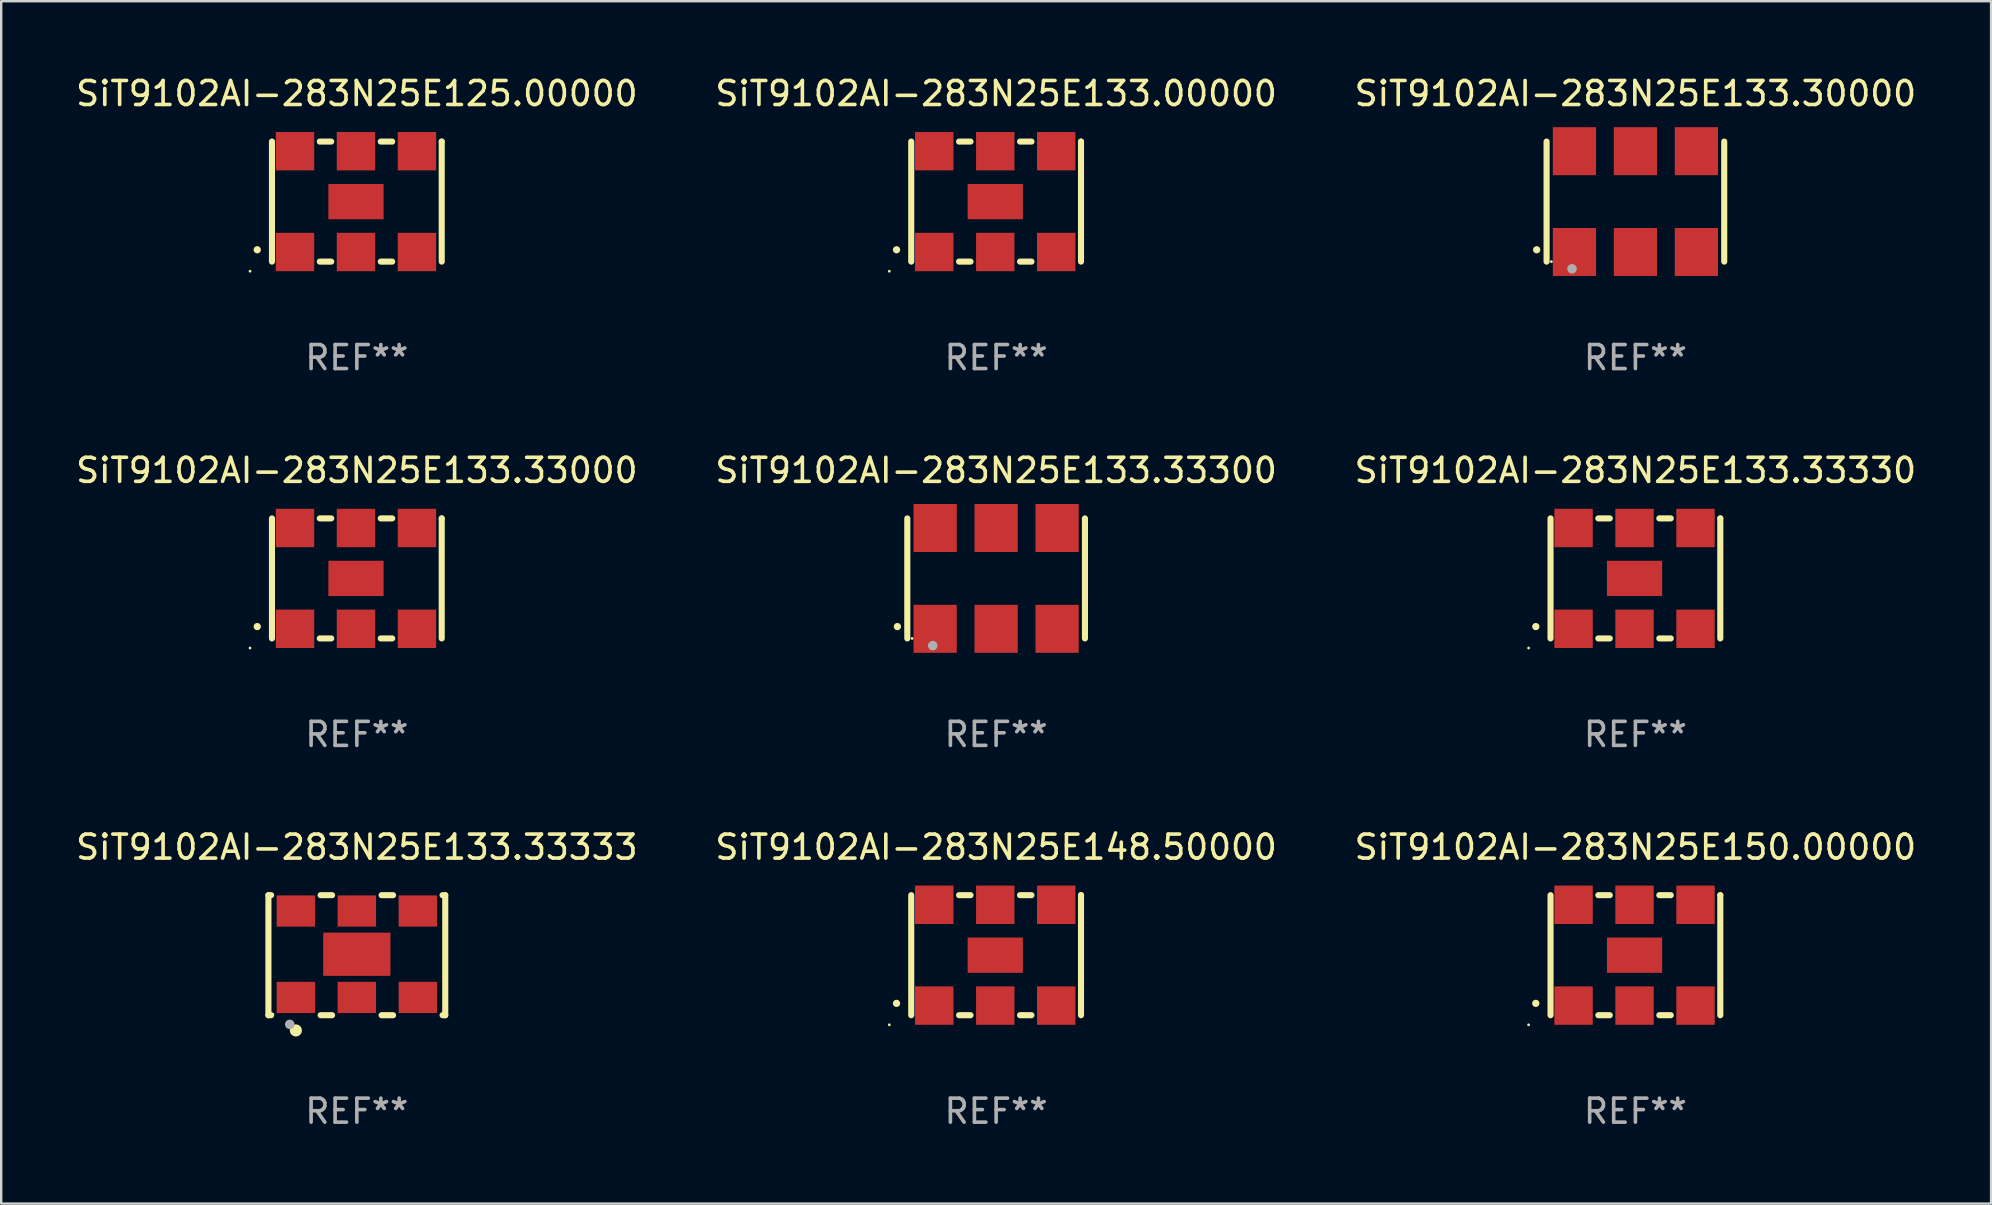
<source format=kicad_pcb>
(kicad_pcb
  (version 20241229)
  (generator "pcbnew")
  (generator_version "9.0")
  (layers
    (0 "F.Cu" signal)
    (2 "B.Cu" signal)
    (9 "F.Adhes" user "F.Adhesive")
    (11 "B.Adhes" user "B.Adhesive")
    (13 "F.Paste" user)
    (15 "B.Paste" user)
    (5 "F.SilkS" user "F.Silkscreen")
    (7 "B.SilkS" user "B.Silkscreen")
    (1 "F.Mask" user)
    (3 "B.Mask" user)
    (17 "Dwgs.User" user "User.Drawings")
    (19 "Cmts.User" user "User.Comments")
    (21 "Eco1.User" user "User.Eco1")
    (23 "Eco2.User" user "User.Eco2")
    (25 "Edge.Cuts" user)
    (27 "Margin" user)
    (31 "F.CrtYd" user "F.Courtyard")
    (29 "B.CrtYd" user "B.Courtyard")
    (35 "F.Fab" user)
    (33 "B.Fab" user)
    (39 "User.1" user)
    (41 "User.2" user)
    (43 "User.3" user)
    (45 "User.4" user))
  (footprint "SiT9102AI-283N25E148.50000"
    (layer "F.Cu")
    (at 38.446 36.741)
    (property "Reference" "SiT9102AI-283N25E148.50000" (at 0 -4.5 0) (layer "F.SilkS") (effects (font (size 1 1) (thickness 0.15))))
    (attr through_hole)
    (fp_line (start -3.536 -2.5) (end -3.536 2.5) (stroke (width 0.254) (type solid)) (layer "F.SilkS"))
    (fp_line (start -1.544 2.5) (end -1.067 2.5) (stroke (width 0.254) (type solid)) (layer "F.SilkS"))
    (fp_line (start -1.067 -2.5) (end -1.544 -2.5) (stroke (width 0.254) (type solid)) (layer "F.SilkS"))
    (fp_line (start 0.996 2.5) (end 1.473 2.5) (stroke (width 0.254) (type solid)) (layer "F.SilkS"))
    (fp_line (start 1.473 -2.5) (end 0.996 -2.5) (stroke (width 0.254) (type solid)) (layer "F.SilkS"))
    (fp_line (start 3.536 -2.5) (end 3.536 -2.5) (stroke (width 0.254) (type solid)) (layer "F.SilkS"))
    (fp_line (start 3.536 2.5) (end 3.536 -2.5) (stroke (width 0.254) (type solid)) (layer "F.SilkS"))
    (fp_arc (start -4.150432 2.006604) (mid -4.149162 2.006599) (end -4.147892 2.006604) (stroke (width 0.3) (type solid)) (layer "F.SilkS"))
    (fp_circle (center -4.449 2.9) (end -4.419 2.9) (stroke (width 0.06) (type solid)) (fill no) (layer "F.SilkS"))
    (fp_text user "REF**" (at 0 6.5 0) (layer "F.Fab") (effects (font (size 1 1) (thickness 0.15))))
    (pad "1" smd rect (at -2.576 2.1) (size 1.6 1.6) (layers "F.Cu" "F.Mask" "F.Paste"))
    (pad "2" smd rect (at -0.036 2.1) (size 1.6 1.6) (layers "F.Cu" "F.Mask" "F.Paste"))
    (pad "3" smd rect (at 2.504 2.1) (size 1.6 1.6) (layers "F.Cu" "F.Mask" "F.Paste"))
    (pad "4" smd rect (at 2.504 -2.1) (size 1.6 1.6) (layers "F.Cu" "F.Mask" "F.Paste"))
    (pad "5" smd rect (at -0.036 -2.1) (size 1.6 1.6) (layers "F.Cu" "F.Mask" "F.Paste"))
    (pad "6" smd rect (at -2.576 -2.1) (size 1.6 1.6) (layers "F.Cu" "F.Mask" "F.Paste"))
    (pad "7" smd rect (at -0.036 0) (size 2.3 1.47) (layers "F.Cu" "F.Mask" "F.Paste")))
  (footprint "SiT9102AI-283N25E133.33000"
    (layer "F.Cu")
    (at 11.815 21.045)
    (property "Reference" "SiT9102AI-283N25E133.33000" (at 0 -4.5 0) (layer "F.SilkS") (effects (font (size 1 1) (thickness 0.15))))
    (attr through_hole)
    (fp_line (start -3.536 -2.5) (end -3.536 2.5) (stroke (width 0.254) (type solid)) (layer "F.SilkS"))
    (fp_line (start -1.544 2.5) (end -1.067 2.5) (stroke (width 0.254) (type solid)) (layer "F.SilkS"))
    (fp_line (start -1.067 -2.5) (end -1.544 -2.5) (stroke (width 0.254) (type solid)) (layer "F.SilkS"))
    (fp_line (start 0.996 2.5) (end 1.473 2.5) (stroke (width 0.254) (type solid)) (layer "F.SilkS"))
    (fp_line (start 1.473 -2.5) (end 0.996 -2.5) (stroke (width 0.254) (type solid)) (layer "F.SilkS"))
    (fp_line (start 3.536 -2.5) (end 3.536 -2.5) (stroke (width 0.254) (type solid)) (layer "F.SilkS"))
    (fp_line (start 3.536 2.5) (end 3.536 -2.5) (stroke (width 0.254) (type solid)) (layer "F.SilkS"))
    (fp_arc (start -4.150432 2.006604) (mid -4.149162 2.006599) (end -4.147892 2.006604) (stroke (width 0.3) (type solid)) (layer "F.SilkS"))
    (fp_circle (center -4.449 2.9) (end -4.419 2.9) (stroke (width 0.06) (type solid)) (fill no) (layer "F.SilkS"))
    (fp_text user "REF**" (at 0 6.5 0) (layer "F.Fab") (effects (font (size 1 1) (thickness 0.15))))
    (pad "1" smd rect (at -2.576 2.1) (size 1.6 1.6) (layers "F.Cu" "F.Mask" "F.Paste"))
    (pad "2" smd rect (at -0.036 2.1) (size 1.6 1.6) (layers "F.Cu" "F.Mask" "F.Paste"))
    (pad "3" smd rect (at 2.504 2.1) (size 1.6 1.6) (layers "F.Cu" "F.Mask" "F.Paste"))
    (pad "4" smd rect (at 2.504 -2.1) (size 1.6 1.6) (layers "F.Cu" "F.Mask" "F.Paste"))
    (pad "5" smd rect (at -0.036 -2.1) (size 1.6 1.6) (layers "F.Cu" "F.Mask" "F.Paste"))
    (pad "6" smd rect (at -2.576 -2.1) (size 1.6 1.6) (layers "F.Cu" "F.Mask" "F.Paste"))
    (pad "7" smd rect (at -0.036 0) (size 2.3 1.47) (layers "F.Cu" "F.Mask" "F.Paste")))
  (footprint "SiT9102AI-283N25E133.30000"
    (layer "F.Cu")
    (at 65.077 5.348)
    (property "Reference" "SiT9102AI-283N25E133.30000" (at 0 -4.5 0) (layer "F.SilkS") (effects (font (size 1 1) (thickness 0.15))))
    (attr through_hole)
    (fp_line (start -3.7 -2.5) (end -3.7 2.5) (stroke (width 0.254) (type solid)) (layer "F.SilkS"))
    (fp_line (start 3.7 -2.5) (end 3.7 2.5) (stroke (width 0.254) (type solid)) (layer "F.SilkS"))
    (fp_arc (start -4.114415 2.006604) (mid -4.113145 2.006599) (end -4.111875 2.006604) (stroke (width 0.3) (type solid)) (layer "F.SilkS"))
    (fp_circle (center -3.5 2.501) (end -3.47 2.501) (stroke (width 0.06) (type solid)) (fill no) (layer "F.SilkS"))
    (fp_circle (center -2.641 2.799) (end -2.541 2.799) (stroke (width 0.2) (type solid)) (fill no) (layer "F.Fab"))
    (fp_text user "REF**" (at 0 6.5 0) (layer "F.Fab") (effects (font (size 1 1) (thickness 0.15))))
    (pad "1" smd rect (at -2.54 2.1) (size 1.8 2) (layers "F.Cu" "F.Mask" "F.Paste"))
    (pad "2" smd rect (at 0.000394 2.1) (size 1.8 2) (layers "F.Cu" "F.Mask" "F.Paste"))
    (pad "3" smd rect (at 2.54 2.1) (size 1.8 2) (layers "F.Cu" "F.Mask" "F.Paste"))
    (pad "4" smd rect (at 2.54 -2.1) (size 1.8 2) (layers "F.Cu" "F.Mask" "F.Paste"))
    (pad "5" smd rect (at 0.000394 -2.1) (size 1.8 2) (layers "F.Cu" "F.Mask" "F.Paste"))
    (pad "6" smd rect (at -2.54 -2.1) (size 1.8 2) (layers "F.Cu" "F.Mask" "F.Paste")))
  (footprint "SiT9102AI-283N25E125.00000"
    (layer "F.Cu")
    (at 11.815 5.348)
    (property "Reference" "SiT9102AI-283N25E125.00000" (at 0 -4.5 0) (layer "F.SilkS") (effects (font (size 1 1) (thickness 0.15))))
    (attr through_hole)
    (fp_line (start -3.536 -2.5) (end -3.536 2.5) (stroke (width 0.254) (type solid)) (layer "F.SilkS"))
    (fp_line (start -1.544 2.5) (end -1.067 2.5) (stroke (width 0.254) (type solid)) (layer "F.SilkS"))
    (fp_line (start -1.067 -2.5) (end -1.544 -2.5) (stroke (width 0.254) (type solid)) (layer "F.SilkS"))
    (fp_line (start 0.996 2.5) (end 1.473 2.5) (stroke (width 0.254) (type solid)) (layer "F.SilkS"))
    (fp_line (start 1.473 -2.5) (end 0.996 -2.5) (stroke (width 0.254) (type solid)) (layer "F.SilkS"))
    (fp_line (start 3.536 -2.5) (end 3.536 -2.5) (stroke (width 0.254) (type solid)) (layer "F.SilkS"))
    (fp_line (start 3.536 2.5) (end 3.536 -2.5) (stroke (width 0.254) (type solid)) (layer "F.SilkS"))
    (fp_arc (start -4.150432 2.006604) (mid -4.149162 2.006599) (end -4.147892 2.006604) (stroke (width 0.3) (type solid)) (layer "F.SilkS"))
    (fp_circle (center -4.449 2.9) (end -4.419 2.9) (stroke (width 0.06) (type solid)) (fill no) (layer "F.SilkS"))
    (fp_text user "REF**" (at 0 6.5 0) (layer "F.Fab") (effects (font (size 1 1) (thickness 0.15))))
    (pad "1" smd rect (at -2.576 2.1) (size 1.6 1.6) (layers "F.Cu" "F.Mask" "F.Paste"))
    (pad "2" smd rect (at -0.036 2.1) (size 1.6 1.6) (layers "F.Cu" "F.Mask" "F.Paste"))
    (pad "3" smd rect (at 2.504 2.1) (size 1.6 1.6) (layers "F.Cu" "F.Mask" "F.Paste"))
    (pad "4" smd rect (at 2.504 -2.1) (size 1.6 1.6) (layers "F.Cu" "F.Mask" "F.Paste"))
    (pad "5" smd rect (at -0.036 -2.1) (size 1.6 1.6) (layers "F.Cu" "F.Mask" "F.Paste"))
    (pad "6" smd rect (at -2.576 -2.1) (size 1.6 1.6) (layers "F.Cu" "F.Mask" "F.Paste"))
    (pad "7" smd rect (at -0.036 0) (size 2.3 1.47) (layers "F.Cu" "F.Mask" "F.Paste")))
  (footprint "SiT9102AI-283N25E133.00000"
    (layer "F.Cu")
    (at 38.446 5.348)
    (property "Reference" "SiT9102AI-283N25E133.00000" (at 0 -4.5 0) (layer "F.SilkS") (effects (font (size 1 1) (thickness 0.15))))
    (attr through_hole)
    (fp_line (start -3.536 -2.5) (end -3.536 2.5) (stroke (width 0.254) (type solid)) (layer "F.SilkS"))
    (fp_line (start -1.544 2.5) (end -1.067 2.5) (stroke (width 0.254) (type solid)) (layer "F.SilkS"))
    (fp_line (start -1.067 -2.5) (end -1.544 -2.5) (stroke (width 0.254) (type solid)) (layer "F.SilkS"))
    (fp_line (start 0.996 2.5) (end 1.473 2.5) (stroke (width 0.254) (type solid)) (layer "F.SilkS"))
    (fp_line (start 1.473 -2.5) (end 0.996 -2.5) (stroke (width 0.254) (type solid)) (layer "F.SilkS"))
    (fp_line (start 3.536 -2.5) (end 3.536 -2.5) (stroke (width 0.254) (type solid)) (layer "F.SilkS"))
    (fp_line (start 3.536 2.5) (end 3.536 -2.5) (stroke (width 0.254) (type solid)) (layer "F.SilkS"))
    (fp_arc (start -4.150432 2.006604) (mid -4.149162 2.006599) (end -4.147892 2.006604) (stroke (width 0.3) (type solid)) (layer "F.SilkS"))
    (fp_circle (center -4.449 2.9) (end -4.419 2.9) (stroke (width 0.06) (type solid)) (fill no) (layer "F.SilkS"))
    (fp_text user "REF**" (at 0 6.5 0) (layer "F.Fab") (effects (font (size 1 1) (thickness 0.15))))
    (pad "1" smd rect (at -2.576 2.1) (size 1.6 1.6) (layers "F.Cu" "F.Mask" "F.Paste"))
    (pad "2" smd rect (at -0.036 2.1) (size 1.6 1.6) (layers "F.Cu" "F.Mask" "F.Paste"))
    (pad "3" smd rect (at 2.504 2.1) (size 1.6 1.6) (layers "F.Cu" "F.Mask" "F.Paste"))
    (pad "4" smd rect (at 2.504 -2.1) (size 1.6 1.6) (layers "F.Cu" "F.Mask" "F.Paste"))
    (pad "5" smd rect (at -0.036 -2.1) (size 1.6 1.6) (layers "F.Cu" "F.Mask" "F.Paste"))
    (pad "6" smd rect (at -2.576 -2.1) (size 1.6 1.6) (layers "F.Cu" "F.Mask" "F.Paste"))
    (pad "7" smd rect (at -0.036 0) (size 2.3 1.47) (layers "F.Cu" "F.Mask" "F.Paste")))
  (footprint "SiT9102AI-283N25E150.00000"
    (layer "F.Cu")
    (at 65.077 36.741)
    (property "Reference" "SiT9102AI-283N25E150.00000" (at 0 -4.5 0) (layer "F.SilkS") (effects (font (size 1 1) (thickness 0.15))))
    (attr through_hole)
    (fp_line (start -3.536 -2.5) (end -3.536 2.5) (stroke (width 0.254) (type solid)) (layer "F.SilkS"))
    (fp_line (start -1.544 2.5) (end -1.067 2.5) (stroke (width 0.254) (type solid)) (layer "F.SilkS"))
    (fp_line (start -1.067 -2.5) (end -1.544 -2.5) (stroke (width 0.254) (type solid)) (layer "F.SilkS"))
    (fp_line (start 0.996 2.5) (end 1.473 2.5) (stroke (width 0.254) (type solid)) (layer "F.SilkS"))
    (fp_line (start 1.473 -2.5) (end 0.996 -2.5) (stroke (width 0.254) (type solid)) (layer "F.SilkS"))
    (fp_line (start 3.536 -2.5) (end 3.536 -2.5) (stroke (width 0.254) (type solid)) (layer "F.SilkS"))
    (fp_line (start 3.536 2.5) (end 3.536 -2.5) (stroke (width 0.254) (type solid)) (layer "F.SilkS"))
    (fp_arc (start -4.150432 2.006604) (mid -4.149162 2.006599) (end -4.147892 2.006604) (stroke (width 0.3) (type solid)) (layer "F.SilkS"))
    (fp_circle (center -4.449 2.9) (end -4.419 2.9) (stroke (width 0.06) (type solid)) (fill no) (layer "F.SilkS"))
    (fp_text user "REF**" (at 0 6.5 0) (layer "F.Fab") (effects (font (size 1 1) (thickness 0.15))))
    (pad "1" smd rect (at -2.576 2.1) (size 1.6 1.6) (layers "F.Cu" "F.Mask" "F.Paste"))
    (pad "2" smd rect (at -0.036 2.1) (size 1.6 1.6) (layers "F.Cu" "F.Mask" "F.Paste"))
    (pad "3" smd rect (at 2.504 2.1) (size 1.6 1.6) (layers "F.Cu" "F.Mask" "F.Paste"))
    (pad "4" smd rect (at 2.504 -2.1) (size 1.6 1.6) (layers "F.Cu" "F.Mask" "F.Paste"))
    (pad "5" smd rect (at -0.036 -2.1) (size 1.6 1.6) (layers "F.Cu" "F.Mask" "F.Paste"))
    (pad "6" smd rect (at -2.576 -2.1) (size 1.6 1.6) (layers "F.Cu" "F.Mask" "F.Paste"))
    (pad "7" smd rect (at -0.036 0) (size 2.3 1.47) (layers "F.Cu" "F.Mask" "F.Paste")))
  (footprint "SiT9102AI-283N25E133.33333"
    (layer "F.Cu")
    (at 11.815 36.741)
    (property "Reference" "SiT9102AI-283N25E133.33333" (at 0 -4.5 0) (layer "F.SilkS") (effects (font (size 1 1) (thickness 0.15))))
    (attr through_hole)
    (fp_line (start -3.683 -2.5) (end -3.571 -2.5) (stroke (width 0.254) (type solid)) (layer "F.SilkS"))
    (fp_line (start -3.683 2.5) (end -3.683 -2.5) (stroke (width 0.254) (type solid)) (layer "F.SilkS"))
    (fp_line (start -3.683 2.5) (end -3.571 2.5) (stroke (width 0.254) (type solid)) (layer "F.SilkS"))
    (fp_line (start -1.509 -2.5) (end -1.031 -2.5) (stroke (width 0.254) (type solid)) (layer "F.SilkS"))
    (fp_line (start -1.509 2.5) (end -1.031 2.5) (stroke (width 0.254) (type solid)) (layer "F.SilkS"))
    (fp_line (start 1.031 -2.5) (end 1.509 -2.5) (stroke (width 0.254) (type solid)) (layer "F.SilkS"))
    (fp_line (start 1.031 2.5) (end 1.509 2.5) (stroke (width 0.254) (type solid)) (layer "F.SilkS"))
    (fp_line (start 3.571 -2.5) (end 3.683 -2.5) (stroke (width 0.254) (type solid)) (layer "F.SilkS"))
    (fp_line (start 3.571 2.5) (end 3.683 2.5) (stroke (width 0.254) (type solid)) (layer "F.SilkS"))
    (fp_line (start 3.683 2.5) (end 3.683 -2.5) (stroke (width 0.254) (type solid)) (layer "F.SilkS"))
    (fp_circle (center -3.5 2.46) (end -3.47 2.46) (stroke (width 0.06) (type solid)) (fill no) (layer "F.SilkS"))
    (fp_circle (center -2.54 3.135) (end -2.413 3.135) (stroke (width 0.254) (type solid)) (fill no) (layer "F.SilkS"))
    (fp_circle (center -2.794 2.881) (end -2.694 2.881) (stroke (width 0.2) (type solid)) (fill no) (layer "F.Fab"))
    (fp_text user "REF**" (at 0 6.5 0) (layer "F.Fab") (effects (font (size 1 1) (thickness 0.15))))
    (pad "1" smd rect (at -2.54 1.76) (size 1.6 1.3) (layers "F.Cu" "F.Mask" "F.Paste"))
    (pad "2" smd rect (at 0 1.76) (size 1.6 1.3) (layers "F.Cu" "F.Mask" "F.Paste"))
    (pad "3" smd rect (at 2.54 1.76) (size 1.6 1.3) (layers "F.Cu" "F.Mask" "F.Paste"))
    (pad "4" smd rect (at 2.54 -1.84) (size 1.6 1.3) (layers "F.Cu" "F.Mask" "F.Paste"))
    (pad "5" smd rect (at 0 -1.84) (size 1.6 1.3) (layers "F.Cu" "F.Mask" "F.Paste"))
    (pad "6" smd rect (at -2.54 -1.84) (size 1.6 1.3) (layers "F.Cu" "F.Mask" "F.Paste"))
    (pad "7" smd rect (at 0 -0.04) (size 2.8 1.8) (layers "F.Cu" "F.Mask" "F.Paste")))
  (footprint "SiT9102AI-283N25E133.33300"
    (layer "F.Cu")
    (at 38.446 21.045)
    (property "Reference" "SiT9102AI-283N25E133.33300" (at 0 -4.5 0) (layer "F.SilkS") (effects (font (size 1 1) (thickness 0.15))))
    (attr through_hole)
    (fp_line (start -3.7 -2.5) (end -3.7 2.5) (stroke (width 0.254) (type solid)) (layer "F.SilkS"))
    (fp_line (start 3.7 -2.5) (end 3.7 2.5) (stroke (width 0.254) (type solid)) (layer "F.SilkS"))
    (fp_arc (start -4.114415 2.006604) (mid -4.113145 2.006599) (end -4.111875 2.006604) (stroke (width 0.3) (type solid)) (layer "F.SilkS"))
    (fp_circle (center -3.5 2.501) (end -3.47 2.501) (stroke (width 0.06) (type solid)) (fill no) (layer "F.SilkS"))
    (fp_circle (center -2.641 2.799) (end -2.541 2.799) (stroke (width 0.2) (type solid)) (fill no) (layer "F.Fab"))
    (fp_text user "REF**" (at 0 6.5 0) (layer "F.Fab") (effects (font (size 1 1) (thickness 0.15))))
    (pad "1" smd rect (at -2.54 2.1) (size 1.8 2) (layers "F.Cu" "F.Mask" "F.Paste"))
    (pad "2" smd rect (at 0.000394 2.1) (size 1.8 2) (layers "F.Cu" "F.Mask" "F.Paste"))
    (pad "3" smd rect (at 2.54 2.1) (size 1.8 2) (layers "F.Cu" "F.Mask" "F.Paste"))
    (pad "4" smd rect (at 2.54 -2.1) (size 1.8 2) (layers "F.Cu" "F.Mask" "F.Paste"))
    (pad "5" smd rect (at 0.000394 -2.1) (size 1.8 2) (layers "F.Cu" "F.Mask" "F.Paste"))
    (pad "6" smd rect (at -2.54 -2.1) (size 1.8 2) (layers "F.Cu" "F.Mask" "F.Paste")))
  (footprint "SiT9102AI-283N25E133.33330"
    (layer "F.Cu")
    (at 65.077 21.045)
    (property "Reference" "SiT9102AI-283N25E133.33330" (at 0 -4.5 0) (layer "F.SilkS") (effects (font (size 1 1) (thickness 0.15))))
    (attr through_hole)
    (fp_line (start -3.536 -2.5) (end -3.536 2.5) (stroke (width 0.254) (type solid)) (layer "F.SilkS"))
    (fp_line (start -1.544 2.5) (end -1.067 2.5) (stroke (width 0.254) (type solid)) (layer "F.SilkS"))
    (fp_line (start -1.067 -2.5) (end -1.544 -2.5) (stroke (width 0.254) (type solid)) (layer "F.SilkS"))
    (fp_line (start 0.996 2.5) (end 1.473 2.5) (stroke (width 0.254) (type solid)) (layer "F.SilkS"))
    (fp_line (start 1.473 -2.5) (end 0.996 -2.5) (stroke (width 0.254) (type solid)) (layer "F.SilkS"))
    (fp_line (start 3.536 -2.5) (end 3.536 -2.5) (stroke (width 0.254) (type solid)) (layer "F.SilkS"))
    (fp_line (start 3.536 2.5) (end 3.536 -2.5) (stroke (width 0.254) (type solid)) (layer "F.SilkS"))
    (fp_arc (start -4.150432 2.006604) (mid -4.149162 2.006599) (end -4.147892 2.006604) (stroke (width 0.3) (type solid)) (layer "F.SilkS"))
    (fp_circle (center -4.449 2.9) (end -4.419 2.9) (stroke (width 0.06) (type solid)) (fill no) (layer "F.SilkS"))
    (fp_text user "REF**" (at 0 6.5 0) (layer "F.Fab") (effects (font (size 1 1) (thickness 0.15))))
    (pad "1" smd rect (at -2.576 2.1) (size 1.6 1.6) (layers "F.Cu" "F.Mask" "F.Paste"))
    (pad "2" smd rect (at -0.036 2.1) (size 1.6 1.6) (layers "F.Cu" "F.Mask" "F.Paste"))
    (pad "3" smd rect (at 2.504 2.1) (size 1.6 1.6) (layers "F.Cu" "F.Mask" "F.Paste"))
    (pad "4" smd rect (at 2.504 -2.1) (size 1.6 1.6) (layers "F.Cu" "F.Mask" "F.Paste"))
    (pad "5" smd rect (at -0.036 -2.1) (size 1.6 1.6) (layers "F.Cu" "F.Mask" "F.Paste"))
    (pad "6" smd rect (at -2.576 -2.1) (size 1.6 1.6) (layers "F.Cu" "F.Mask" "F.Paste"))
    (pad "7" smd rect (at -0.036 0) (size 2.3 1.47) (layers "F.Cu" "F.Mask" "F.Paste")))
  (gr_rect
    (start -3 -3)
    (end 79.893 47.09)
    (stroke (width 0.1) (type default))
    (fill no)
    (layer "Edge.Cuts")))
</source>
